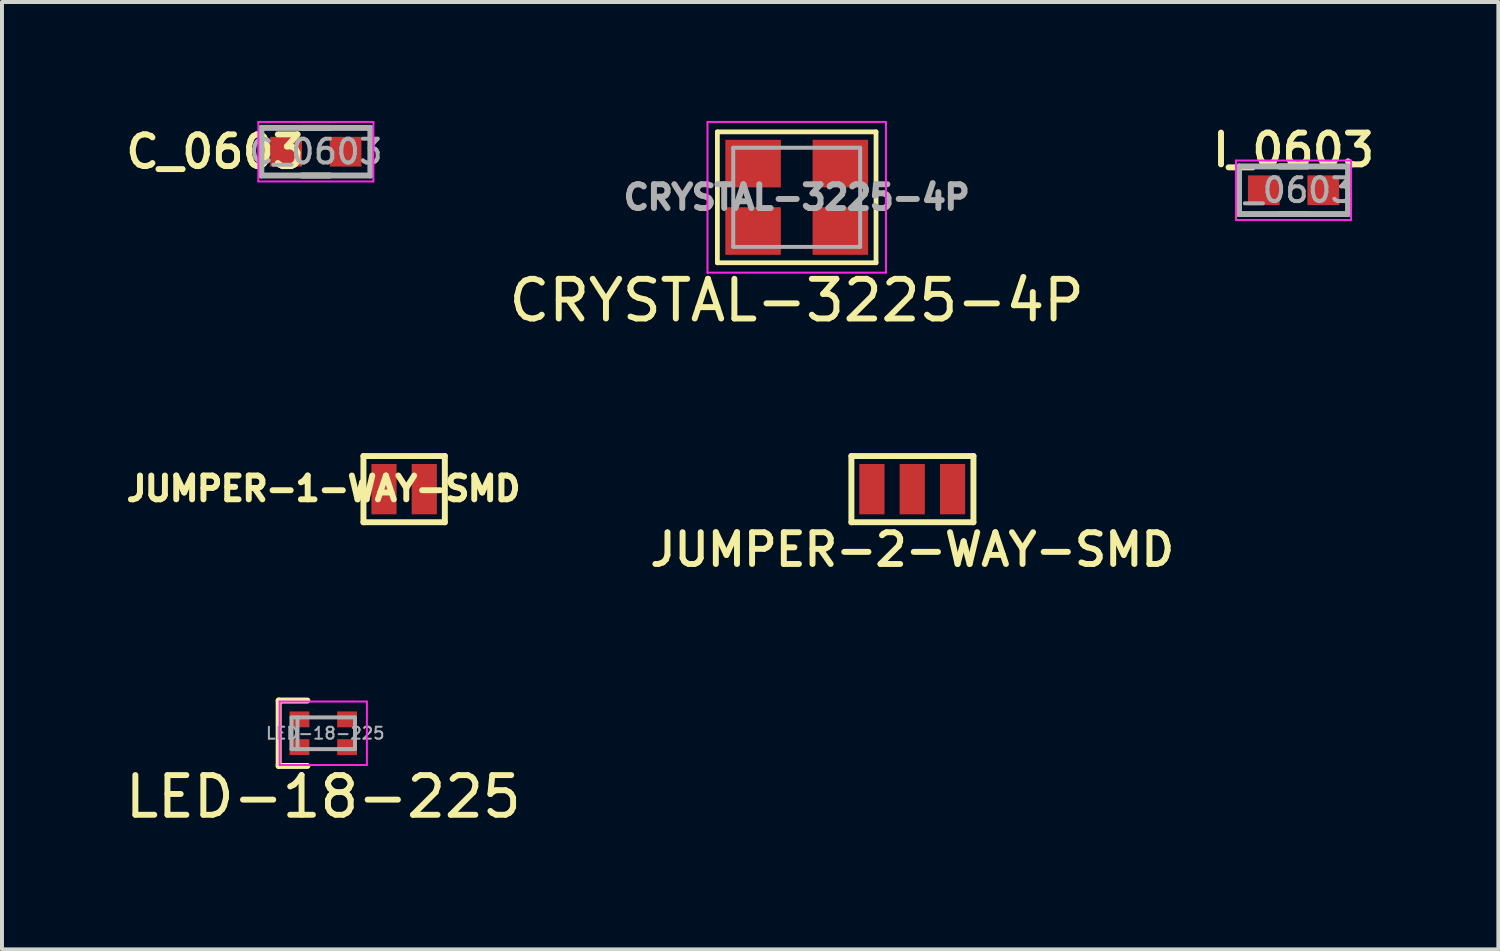
<source format=kicad_pcb>
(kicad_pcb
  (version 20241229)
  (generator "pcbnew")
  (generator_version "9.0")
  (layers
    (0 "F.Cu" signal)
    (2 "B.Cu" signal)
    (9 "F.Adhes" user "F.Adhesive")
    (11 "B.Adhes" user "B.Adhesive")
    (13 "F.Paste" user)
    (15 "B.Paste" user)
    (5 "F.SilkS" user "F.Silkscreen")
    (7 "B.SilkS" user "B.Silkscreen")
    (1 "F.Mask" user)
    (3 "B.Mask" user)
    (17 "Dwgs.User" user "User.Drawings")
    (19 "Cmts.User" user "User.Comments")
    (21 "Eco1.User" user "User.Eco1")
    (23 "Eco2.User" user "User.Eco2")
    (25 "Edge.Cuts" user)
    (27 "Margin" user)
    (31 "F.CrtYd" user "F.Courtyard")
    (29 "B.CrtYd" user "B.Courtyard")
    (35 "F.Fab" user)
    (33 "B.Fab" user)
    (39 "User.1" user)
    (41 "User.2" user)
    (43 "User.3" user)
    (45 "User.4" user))
  (footprint "C_0603"
    (layer "F.Cu")
    (at 4.914 0.775)
    (property "Reference" "C_0603" (at -2.54 0 0) (layer "F.SilkS") (effects (font (size 0.8 0.8) (thickness 0.15))))
    (attr smd)
    (fp_line (start -0.35 -0.6) (end 0.35 -0.6) (stroke (width 0.15) (type solid)) (layer "F.SilkS"))
    (fp_line (start 0.35 0.6) (end -0.35 0.6) (stroke (width 0.15) (type solid)) (layer "F.SilkS"))
    (fp_line (start -1.45 -0.75) (end -1.45 0.75) (stroke (width 0.05) (type solid)) (layer "F.CrtYd"))
    (fp_line (start -1.45 -0.75) (end 1.45 -0.75) (stroke (width 0.05) (type solid)) (layer "F.CrtYd"))
    (fp_line (start -1.45 0.75) (end 1.45 0.75) (stroke (width 0.05) (type solid)) (layer "F.CrtYd"))
    (fp_line (start 1.45 -0.75) (end 1.45 0.75) (stroke (width 0.05) (type solid)) (layer "F.CrtYd"))
    (fp_line (start -1.375 -0.6) (end 1.375 -0.6) (stroke (width 0.15) (type solid)) (layer "F.Fab"))
    (fp_line (start -1.375 0.6) (end -1.375 -0.6) (stroke (width 0.15) (type solid)) (layer "F.Fab"))
    (fp_line (start 1.375 -0.6) (end 1.375 0.6) (stroke (width 0.15) (type solid)) (layer "F.Fab"))
    (fp_line (start 1.375 0.6) (end -1.375 0.6) (stroke (width 0.15) (type solid)) (layer "F.Fab"))
    (fp_text user "${REFERENCE}" (at 0 0 0) (layer "F.Fab") (effects (font (size 0.6 0.6) (thickness 0.1))))
    (pad "1" smd rect (at -0.75 0) (size 0.8 0.75) (layers "F.Cu" "F.Mask" "F.Paste"))
    (pad "2" smd rect (at 0.75 0) (size 0.8 0.75) (layers "F.Cu" "F.Mask" "F.Paste")))
  (footprint "I_0603"
    (layer "F.Cu")
    (at 29.565 1.747)
    (property "Reference" "I_0603" (at 0 -1.016 0) (layer "F.SilkS") (effects (font (size 0.8 0.8) (thickness 0.15))))
    (attr smd)
    (fp_line (start -0.35 -0.6) (end 0.35 -0.6) (stroke (width 0.15) (type solid)) (layer "F.SilkS"))
    (fp_line (start 0.35 0.6) (end -0.35 0.6) (stroke (width 0.15) (type solid)) (layer "F.SilkS"))
    (fp_line (start -1.45 -0.75) (end -1.45 0.75) (stroke (width 0.05) (type solid)) (layer "F.CrtYd"))
    (fp_line (start -1.45 -0.75) (end 1.45 -0.75) (stroke (width 0.05) (type solid)) (layer "F.CrtYd"))
    (fp_line (start -1.45 0.75) (end 1.45 0.75) (stroke (width 0.05) (type solid)) (layer "F.CrtYd"))
    (fp_line (start 1.45 -0.75) (end 1.45 0.75) (stroke (width 0.05) (type solid)) (layer "F.CrtYd"))
    (fp_line (start -1.375 -0.6) (end 1.375 -0.6) (stroke (width 0.15) (type solid)) (layer "F.Fab"))
    (fp_line (start -1.375 0.6) (end -1.375 -0.6) (stroke (width 0.15) (type solid)) (layer "F.Fab"))
    (fp_line (start 1.375 0.6) (end -1.375 0.6) (stroke (width 0.15) (type solid)) (layer "F.Fab"))
    (fp_line (start 1.375 0.6) (end 1.375 -0.6) (stroke (width 0.15) (type solid)) (layer "F.Fab"))
    (fp_text user "${REFERENCE}" (at 0 0 0) (layer "F.Fab") (effects (font (size 0.6 0.6) (thickness 0.1))))
    (pad "1" smd rect (at -0.75 0) (size 0.8 0.75) (layers "F.Cu" "F.Mask" "F.Paste"))
    (pad "2" smd rect (at 0.75 0) (size 0.8 0.75) (layers "F.Cu" "F.Mask" "F.Paste")))
  (footprint "JUMPER-2-WAY-SMD"
    (layer "F.Cu")
    (at 19.951 9.283)
    (property "Reference" "JUMPER-2-WAY-SMD" (at 0 1.524 180) (layer "F.SilkS") (effects (font (size 0.8 0.8) (thickness 0.15))))
    (attr exclude_from_pos_files exclude_from_bom)
    (fp_line (start -1.534 -0.835) (end -1.534 0.835) (stroke (width 0.15) (type solid)) (layer "F.SilkS"))
    (fp_line (start -1.534 0.835) (end 1.543 0.835) (stroke (width 0.15) (type solid)) (layer "F.SilkS"))
    (fp_line (start 1.543 -0.835) (end -1.534 -0.835) (stroke (width 0.15) (type solid)) (layer "F.SilkS"))
    (fp_line (start 1.543 0.835) (end 1.543 -0.835) (stroke (width 0.15) (type solid)) (layer "F.SilkS"))
    (pad "1" smd rect (at -1.016 0) (size 0.635 1.27) (layers "F.Cu" "F.Mask"))
    (pad "2" smd rect (at 0 0) (size 0.635 1.27) (layers "F.Cu" "F.Mask"))
    (pad "3" smd rect (at 1.016 0) (size 0.635 1.27) (layers "F.Cu" "F.Mask")))
  (footprint "JUMPER-1-WAY-SMD"
    (layer "F.Cu")
    (at 7.14 9.283)
    (property "Reference" "JUMPER-1-WAY-SMD" (at -2.032 -0.013 0) (layer "F.SilkS") (effects (font (size 0.6 0.6) (thickness 0.15))))
    (attr exclude_from_pos_files exclude_from_bom)
    (fp_line (start -1.026 -0.835) (end -1.026 0.835) (stroke (width 0.15) (type solid)) (layer "F.SilkS"))
    (fp_line (start -1.026 0.835) (end 1.026 0.835) (stroke (width 0.15) (type solid)) (layer "F.SilkS"))
    (fp_line (start 1.026 -0.835) (end -1.026 -0.835) (stroke (width 0.15) (type solid)) (layer "F.SilkS"))
    (fp_line (start 1.026 0.835) (end 1.026 -0.835) (stroke (width 0.15) (type solid)) (layer "F.SilkS"))
    (pad "1" smd rect (at -0.508 0) (size 0.635 1.27) (layers "F.Cu" "F.Mask" "F.Paste"))
    (pad "2" smd rect (at 0.508 0) (size 0.635 1.27) (layers "F.Cu" "F.Mask" "F.Paste")))
  (footprint "LED-18-225"
    (layer "F.Cu")
    (at 5.101 15.438)
    (property "Reference" "LED-18-225" (at 0 1.6 180) (layer "F.SilkS") (effects (font (size 1 1) (thickness 0.15))))
    (attr through_hole)
    (fp_line (start -1.125 -0.825) (end -1.125 0.825) (stroke (width 0.15) (type solid)) (layer "F.SilkS"))
    (fp_line (start -0.4 -0.825) (end -1.125 -0.825) (stroke (width 0.15) (type solid)) (layer "F.SilkS"))
    (fp_line (start -0.4 0.825) (end -1.125 0.825) (stroke (width 0.15) (type solid)) (layer "F.SilkS"))
    (fp_line (start -1.1 -0.8) (end -1.1 0.8) (stroke (width 0.05) (type solid)) (layer "F.CrtYd"))
    (fp_line (start -1.1 -0.8) (end 1.1 -0.8) (stroke (width 0.05) (type solid)) (layer "F.CrtYd"))
    (fp_line (start -1.1 0.8) (end 1.1 0.8) (stroke (width 0.05) (type solid)) (layer "F.CrtYd"))
    (fp_line (start 1.1 -0.8) (end 1.1 0.8) (stroke (width 0.05) (type solid)) (layer "F.CrtYd"))
    (fp_line (start -0.8 -0.4) (end -0.8 0.4) (stroke (width 0.1) (type solid)) (layer "F.Fab"))
    (fp_line (start -0.8 -0.4) (end 0.8 -0.4) (stroke (width 0.1) (type solid)) (layer "F.Fab"))
    (fp_line (start -0.8 0.4) (end 0.8 0.4) (stroke (width 0.1) (type solid)) (layer "F.Fab"))
    (fp_line (start -0.65 -0.4) (end -0.65 0.4) (stroke (width 0.1) (type solid)) (layer "F.Fab"))
    (fp_line (start 0.8 -0.4) (end 0.8 0.4) (stroke (width 0.1) (type solid)) (layer "F.Fab"))
    (fp_text user "${REFERENCE}" (at 0.05 0 180) (layer "F.Fab") (effects (font (size 0.3 0.3) (thickness 0.05))))
    (pad "1" smd rect (at 0.6 0.35) (size 0.5 0.4) (layers "F.Cu" "F.Mask" "F.Paste"))
    (pad "2" smd rect (at 0.6 -0.35) (size 0.5 0.4) (layers "F.Cu" "F.Mask" "F.Paste"))
    (pad "3" smd rect (at -0.6 -0.35) (size 0.5 0.4) (layers "F.Cu" "F.Mask" "F.Paste"))
    (pad "4" smd rect (at -0.6 0.35) (size 0.5 0.4) (layers "F.Cu" "F.Mask" "F.Paste")))
  (footprint "CRYSTAL-3225-4P"
    (layer "F.Cu")
    (at 17.038 1.925)
    (property "Reference" "CRYSTAL-3225-4P" (at 0 2.6 0) (layer "F.SilkS") (effects (font (size 1 1) (thickness 0.15))))
    (attr through_hole)
    (fp_line (start -2 -1.65) (end -2 1.65) (stroke (width 0.12) (type solid)) (layer "F.SilkS"))
    (fp_line (start -2 -1.65) (end 2 -1.65) (stroke (width 0.12) (type solid)) (layer "F.SilkS"))
    (fp_line (start -2 1.65) (end 2 1.65) (stroke (width 0.12) (type solid)) (layer "F.SilkS"))
    (fp_line (start 2 -1.65) (end 2 1.65) (stroke (width 0.12) (type solid)) (layer "F.SilkS"))
    (fp_line (start -2.25 -1.9) (end 2.25 -1.9) (stroke (width 0.05) (type solid)) (layer "F.CrtYd"))
    (fp_line (start -2.25 1.9) (end -2.25 -1.9) (stroke (width 0.05) (type solid)) (layer "F.CrtYd"))
    (fp_line (start -2.25 1.9) (end 2.25 1.9) (stroke (width 0.05) (type solid)) (layer "F.CrtYd"))
    (fp_line (start 2.25 1.9) (end 2.25 -1.9) (stroke (width 0.05) (type solid)) (layer "F.CrtYd"))
    (fp_line (start -1.6 -1.25) (end -1.6 1.25) (stroke (width 0.1) (type solid)) (layer "F.Fab"))
    (fp_line (start -1.6 -1.25) (end 1.6 -1.25) (stroke (width 0.1) (type solid)) (layer "F.Fab"))
    (fp_line (start -1.6 1.25) (end 1.6 1.25) (stroke (width 0.1) (type solid)) (layer "F.Fab"))
    (fp_line (start 1.6 -1.25) (end 1.6 1.25) (stroke (width 0.1) (type solid)) (layer "F.Fab"))
    (fp_text user "${REFERENCE}" (at 0 0 0) (layer "F.Fab") (effects (font (size 0.6 0.6) (thickness 0.15))))
    (pad "1" smd rect (at -1.1 0.85) (size 1.4 1.2) (layers "F.Cu" "F.Mask" "F.Paste"))
    (pad "2" smd rect (at 1.1 0.85) (size 1.4 1.2) (layers "F.Cu" "F.Mask" "F.Paste"))
    (pad "3" smd rect (at 1.1 -0.85) (size 1.4 1.2) (layers "F.Cu" "F.Mask" "F.Paste"))
    (pad "4" smd rect (at -1.1 -0.85) (size 1.4 1.2) (layers "F.Cu" "F.Mask" "F.Paste")))
  (gr_rect
    (start -3 -3)
    (end 34.729 20.887)
    (stroke (width 0.1) (type default))
    (fill no)
    (layer "Edge.Cuts")))
</source>
